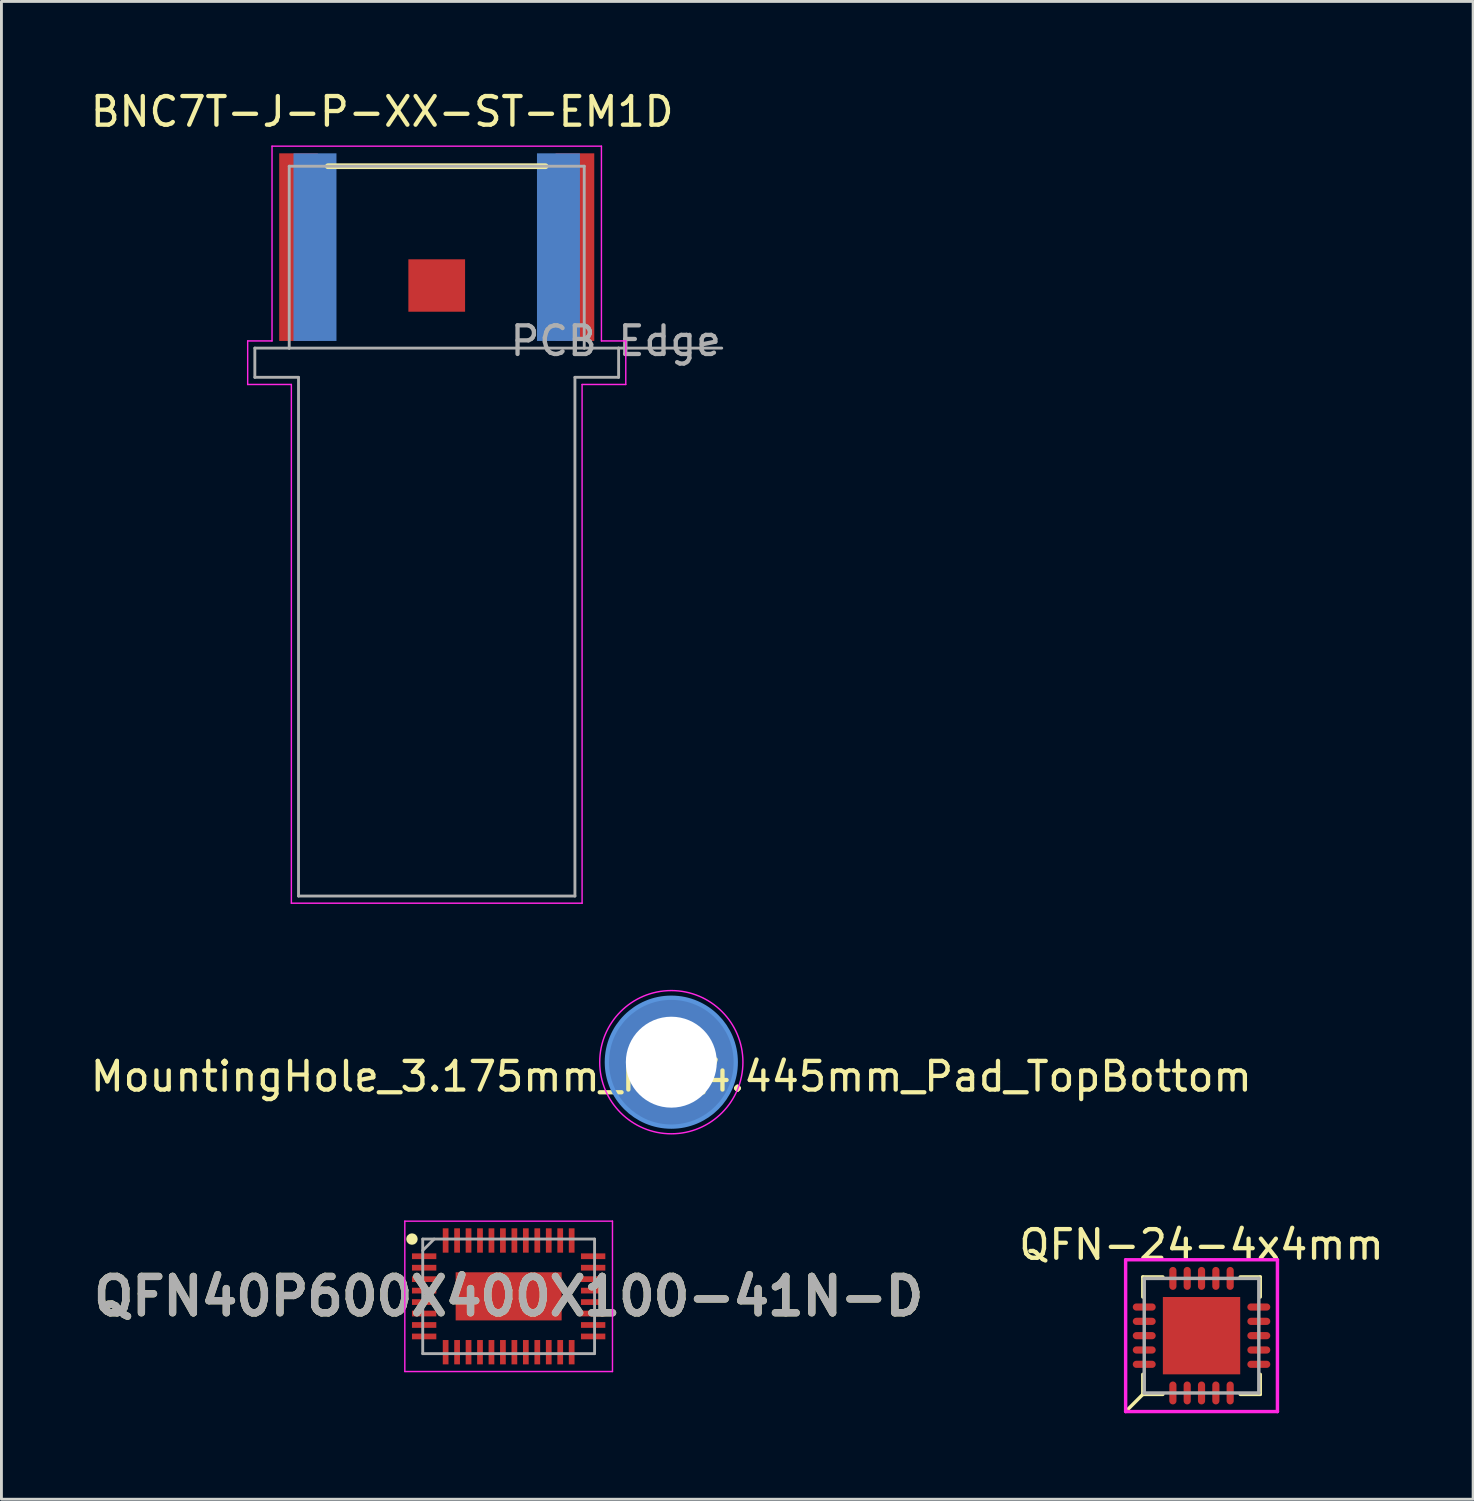
<source format=kicad_pcb>
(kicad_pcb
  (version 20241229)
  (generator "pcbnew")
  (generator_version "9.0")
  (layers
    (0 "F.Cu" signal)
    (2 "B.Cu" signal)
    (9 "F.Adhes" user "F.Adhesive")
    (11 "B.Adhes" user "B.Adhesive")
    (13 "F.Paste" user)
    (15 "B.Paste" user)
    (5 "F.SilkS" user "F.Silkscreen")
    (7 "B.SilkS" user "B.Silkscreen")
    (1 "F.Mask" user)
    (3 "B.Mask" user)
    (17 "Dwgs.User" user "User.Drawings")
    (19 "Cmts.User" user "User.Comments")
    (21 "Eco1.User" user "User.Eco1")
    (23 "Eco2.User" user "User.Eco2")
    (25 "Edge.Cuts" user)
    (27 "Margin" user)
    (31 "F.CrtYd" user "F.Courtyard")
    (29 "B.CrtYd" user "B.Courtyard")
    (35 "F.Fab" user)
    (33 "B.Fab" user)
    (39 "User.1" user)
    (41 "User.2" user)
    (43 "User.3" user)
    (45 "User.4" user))
  (footprint "QFN-24-4x4mm"
    (layer "F.Cu")
    (at 38.898 43.581)
    (property "Reference" "QFN-24-4x4mm" (at 0 -3.175 0) (layer "F.SilkS") (effects (font (size 1 1) (thickness 0.15))))
    (attr smd)
    (fp_line (start -2.55 2.55) (end -2.05 2.05) (stroke (width 0.12) (type solid)) (layer "F.SilkS"))
    (fp_line (start -2.05 -2.05) (end -2.05 -1.35) (stroke (width 0.12) (type solid)) (layer "F.SilkS"))
    (fp_line (start -2.05 -2.05) (end -1.35 -2.05) (stroke (width 0.12) (type solid)) (layer "F.SilkS"))
    (fp_line (start -2.05 2.05) (end -2.05 1.35) (stroke (width 0.12) (type solid)) (layer "F.SilkS"))
    (fp_line (start -2.05 2.05) (end -1.35 2.05) (stroke (width 0.12) (type solid)) (layer "F.SilkS"))
    (fp_line (start 2.05 -2.05) (end 1.35 -2.05) (stroke (width 0.12) (type solid)) (layer "F.SilkS"))
    (fp_line (start 2.05 -2.05) (end 2.05 -1.35) (stroke (width 0.12) (type solid)) (layer "F.SilkS"))
    (fp_line (start 2.05 2.05) (end 1.35 2.05) (stroke (width 0.12) (type solid)) (layer "F.SilkS"))
    (fp_line (start 2.05 2.05) (end 2.05 1.35) (stroke (width 0.12) (type solid)) (layer "F.SilkS"))
    (fp_line (start -2.65 -2.65) (end -2.65 2.65) (stroke (width 0.12) (type solid)) (layer "F.CrtYd"))
    (fp_line (start -2.65 2.65) (end 2.65 2.65) (stroke (width 0.12) (type solid)) (layer "F.CrtYd"))
    (fp_line (start 2.65 -2.65) (end -2.65 -2.65) (stroke (width 0.12) (type solid)) (layer "F.CrtYd"))
    (fp_line (start 2.65 2.65) (end 2.65 -2.65) (stroke (width 0.12) (type solid)) (layer "F.CrtYd"))
    (fp_line (start -2 -2) (end -2 2) (stroke (width 0.12) (type solid)) (layer "F.Fab"))
    (fp_line (start -2 2) (end 2 2) (stroke (width 0.12) (type solid)) (layer "F.Fab"))
    (fp_line (start 2 -2) (end -2 -2) (stroke (width 0.12) (type solid)) (layer "F.Fab"))
    (fp_line (start 2 2) (end 2 -2) (stroke (width 0.12) (type solid)) (layer "F.Fab"))
    (pad "1" smd oval (at -1 2 180) (size 0.25 0.8) (layers "F.Cu" "F.Mask" "F.Paste"))
    (pad "2" smd oval (at -0.5 2 180) (size 0.25 0.8) (layers "F.Cu" "F.Mask" "F.Paste"))
    (pad "3" smd oval (at 0 2 180) (size 0.25 0.8) (layers "F.Cu" "F.Mask" "F.Paste"))
    (pad "4" smd oval (at 0.5 2 180) (size 0.25 0.8) (layers "F.Cu" "F.Mask" "F.Paste"))
    (pad "5" smd oval (at 1 2 180) (size 0.25 0.8) (layers "F.Cu" "F.Mask" "F.Paste"))
    (pad "6" smd oval (at 2 1 90) (size 0.25 0.8) (layers "F.Cu" "F.Mask" "F.Paste"))
    (pad "7" smd oval (at 2 0.5 90) (size 0.25 0.8) (layers "F.Cu" "F.Mask" "F.Paste"))
    (pad "8" smd oval (at 2 0 90) (size 0.25 0.8) (layers "F.Cu" "F.Mask" "F.Paste"))
    (pad "9" smd oval (at 2 -0.5 90) (size 0.25 0.8) (layers "F.Cu" "F.Mask" "F.Paste"))
    (pad "10" smd oval (at 2 -1 90) (size 0.25 0.8) (layers "F.Cu" "F.Mask" "F.Paste"))
    (pad "11" smd oval (at 1 -2 180) (size 0.25 0.8) (layers "F.Cu" "F.Mask" "F.Paste"))
    (pad "12" smd oval (at 0.5 -2 180) (size 0.25 0.8) (layers "F.Cu" "F.Mask" "F.Paste"))
    (pad "13" smd oval (at 0 -2 180) (size 0.25 0.8) (layers "F.Cu" "F.Mask" "F.Paste"))
    (pad "14" smd oval (at -0.5 -2 180) (size 0.25 0.8) (layers "F.Cu" "F.Mask" "F.Paste"))
    (pad "15" smd oval (at -1 -2 180) (size 0.25 0.8) (layers "F.Cu" "F.Mask" "F.Paste"))
    (pad "16" smd oval (at -2 -1 90) (size 0.25 0.8) (layers "F.Cu" "F.Mask" "F.Paste"))
    (pad "17" smd oval (at -2 -0.5 90) (size 0.25 0.8) (layers "F.Cu" "F.Mask" "F.Paste"))
    (pad "18" smd oval (at -2 0 90) (size 0.25 0.8) (layers "F.Cu" "F.Mask" "F.Paste"))
    (pad "19" smd oval (at -2 0.5 90) (size 0.25 0.8) (layers "F.Cu" "F.Mask" "F.Paste"))
    (pad "20" smd oval (at -2 1 90) (size 0.25 0.8) (layers "F.Cu" "F.Mask" "F.Paste"))
    (pad "21" smd rect (at 0 0 90) (size 2.7 2.7) (layers "F.Cu" "F.Mask" "F.Paste")))
  (footprint "QFN40P600X400X100-41N-D"
    (layer "F.Cu")
    (at 14.708 42.208)
    (property "Reference" "QFN40P600X400X100-41N-D" (at 0 0 0) (layer "F.SilkS") (effects (font (size 1.27 1.27) (thickness 0.254))))
    (attr smd)
    (fp_circle (center -3.375 -2) (end -3.375 -1.9) (stroke (width 0.2) (type solid)) (fill no) (layer "F.SilkS"))
    (fp_line (start -3.625 -2.625) (end 3.625 -2.625) (stroke (width 0.05) (type solid)) (layer "F.CrtYd"))
    (fp_line (start -3.625 2.625) (end -3.625 -2.625) (stroke (width 0.05) (type solid)) (layer "F.CrtYd"))
    (fp_line (start 3.625 -2.625) (end 3.625 2.625) (stroke (width 0.05) (type solid)) (layer "F.CrtYd"))
    (fp_line (start 3.625 2.625) (end -3.625 2.625) (stroke (width 0.05) (type solid)) (layer "F.CrtYd"))
    (fp_line (start -3 -2) (end 3 -2) (stroke (width 0.1) (type solid)) (layer "F.Fab"))
    (fp_line (start -3 -1.6) (end -2.6 -2) (stroke (width 0.1) (type solid)) (layer "F.Fab"))
    (fp_line (start -3 2) (end -3 -2) (stroke (width 0.1) (type solid)) (layer "F.Fab"))
    (fp_line (start 3 -2) (end 3 2) (stroke (width 0.1) (type solid)) (layer "F.Fab"))
    (fp_line (start 3 2) (end -3 2) (stroke (width 0.1) (type solid)) (layer "F.Fab"))
    (fp_text user "${REFERENCE}" (at 0 0 0) (layer "F.Fab") (effects (font (size 1.27 1.27) (thickness 0.254))))
    (pad "1" smd rect (at -2.95 -1.4 90) (size 0.2 0.85) (layers "F.Cu" "F.Mask" "F.Paste"))
    (pad "2" smd rect (at -2.95 -1 90) (size 0.2 0.85) (layers "F.Cu" "F.Mask" "F.Paste"))
    (pad "3" smd rect (at -2.95 -0.6 90) (size 0.2 0.85) (layers "F.Cu" "F.Mask" "F.Paste"))
    (pad "4" smd rect (at -2.95 -0.2 90) (size 0.2 0.85) (layers "F.Cu" "F.Mask" "F.Paste"))
    (pad "5" smd rect (at -2.95 0.2 90) (size 0.2 0.85) (layers "F.Cu" "F.Mask" "F.Paste"))
    (pad "6" smd rect (at -2.95 0.6 90) (size 0.2 0.85) (layers "F.Cu" "F.Mask" "F.Paste"))
    (pad "7" smd rect (at -2.95 1 90) (size 0.2 0.85) (layers "F.Cu" "F.Mask" "F.Paste"))
    (pad "8" smd rect (at -2.95 1.4 90) (size 0.2 0.85) (layers "F.Cu" "F.Mask" "F.Paste"))
    (pad "9" smd rect (at -2.2 1.95) (size 0.2 0.85) (layers "F.Cu" "F.Mask" "F.Paste"))
    (pad "10" smd rect (at -1.8 1.95) (size 0.2 0.85) (layers "F.Cu" "F.Mask" "F.Paste"))
    (pad "11" smd rect (at -1.4 1.95) (size 0.2 0.85) (layers "F.Cu" "F.Mask" "F.Paste"))
    (pad "12" smd rect (at -1 1.95) (size 0.2 0.85) (layers "F.Cu" "F.Mask" "F.Paste"))
    (pad "13" smd rect (at -0.6 1.95) (size 0.2 0.85) (layers "F.Cu" "F.Mask" "F.Paste"))
    (pad "14" smd rect (at -0.2 1.95) (size 0.2 0.85) (layers "F.Cu" "F.Mask" "F.Paste"))
    (pad "15" smd rect (at 0.2 1.95) (size 0.2 0.85) (layers "F.Cu" "F.Mask" "F.Paste"))
    (pad "16" smd rect (at 0.6 1.95) (size 0.2 0.85) (layers "F.Cu" "F.Mask" "F.Paste"))
    (pad "17" smd rect (at 1 1.95) (size 0.2 0.85) (layers "F.Cu" "F.Mask" "F.Paste"))
    (pad "18" smd rect (at 1.4 1.95) (size 0.2 0.85) (layers "F.Cu" "F.Mask" "F.Paste"))
    (pad "19" smd rect (at 1.8 1.95) (size 0.2 0.85) (layers "F.Cu" "F.Mask" "F.Paste"))
    (pad "20" smd rect (at 2.2 1.95) (size 0.2 0.85) (layers "F.Cu" "F.Mask" "F.Paste"))
    (pad "21" smd rect (at 2.95 1.4 90) (size 0.2 0.85) (layers "F.Cu" "F.Mask" "F.Paste"))
    (pad "22" smd rect (at 2.95 1 90) (size 0.2 0.85) (layers "F.Cu" "F.Mask" "F.Paste"))
    (pad "23" smd rect (at 2.95 0.6 90) (size 0.2 0.85) (layers "F.Cu" "F.Mask" "F.Paste"))
    (pad "24" smd rect (at 2.95 0.2 90) (size 0.2 0.85) (layers "F.Cu" "F.Mask" "F.Paste"))
    (pad "25" smd rect (at 2.95 -0.2 90) (size 0.2 0.85) (layers "F.Cu" "F.Mask" "F.Paste"))
    (pad "26" smd rect (at 2.95 -0.6 90) (size 0.2 0.85) (layers "F.Cu" "F.Mask" "F.Paste"))
    (pad "27" smd rect (at 2.95 -1 90) (size 0.2 0.85) (layers "F.Cu" "F.Mask" "F.Paste"))
    (pad "28" smd rect (at 2.95 -1.4 90) (size 0.2 0.85) (layers "F.Cu" "F.Mask" "F.Paste"))
    (pad "29" smd rect (at 2.2 -1.95) (size 0.2 0.85) (layers "F.Cu" "F.Mask" "F.Paste"))
    (pad "30" smd rect (at 1.8 -1.95) (size 0.2 0.85) (layers "F.Cu" "F.Mask" "F.Paste"))
    (pad "31" smd rect (at 1.4 -1.95) (size 0.2 0.85) (layers "F.Cu" "F.Mask" "F.Paste"))
    (pad "32" smd rect (at 1 -1.95) (size 0.2 0.85) (layers "F.Cu" "F.Mask" "F.Paste"))
    (pad "33" smd rect (at 0.6 -1.95) (size 0.2 0.85) (layers "F.Cu" "F.Mask" "F.Paste"))
    (pad "34" smd rect (at 0.2 -1.95) (size 0.2 0.85) (layers "F.Cu" "F.Mask" "F.Paste"))
    (pad "35" smd rect (at -0.2 -1.95) (size 0.2 0.85) (layers "F.Cu" "F.Mask" "F.Paste"))
    (pad "36" smd rect (at -0.6 -1.95) (size 0.2 0.85) (layers "F.Cu" "F.Mask" "F.Paste"))
    (pad "37" smd rect (at -1 -1.95) (size 0.2 0.85) (layers "F.Cu" "F.Mask" "F.Paste"))
    (pad "38" smd rect (at -1.4 -1.95) (size 0.2 0.85) (layers "F.Cu" "F.Mask" "F.Paste"))
    (pad "39" smd rect (at -1.8 -1.95) (size 0.2 0.85) (layers "F.Cu" "F.Mask" "F.Paste"))
    (pad "40" smd rect (at -2.2 -1.95) (size 0.2 0.85) (layers "F.Cu" "F.Mask" "F.Paste"))
    (pad "41" smd rect (at 0 0 90) (size 1.68 3.7) (layers "F.Cu" "F.Mask" "F.Paste")))
  (footprint "BNC7T-J-P-XX-ST-EM1D"
    (layer "F.Cu")
    (at 12.197 9.103)
    (property "Reference" "BNC7T-J-P-XX-ST-EM1D" (at -1.905 -8.255 0) (layer "F.SilkS") (effects (font (size 1 1) (thickness 0.15))))
    (attr smd)
    (fp_line (start -3.8 -6.35) (end 3.8 -6.35) (stroke (width 0.2) (type solid)) (layer "F.SilkS"))
    (fp_line (start -6.6 -0.25) (end -5.75 -0.25) (stroke (width 0.05) (type solid)) (layer "F.CrtYd"))
    (fp_line (start -6.6 1.27) (end -6.6 -0.25) (stroke (width 0.05) (type solid)) (layer "F.CrtYd"))
    (fp_line (start -5.75 -7.05) (end 5.75 -7.05) (stroke (width 0.05) (type solid)) (layer "F.CrtYd"))
    (fp_line (start -5.75 -0.25) (end -5.75 -7.05) (stroke (width 0.05) (type solid)) (layer "F.CrtYd"))
    (fp_line (start -5.075 1.27) (end -6.6 1.27) (stroke (width 0.05) (type solid)) (layer "F.CrtYd"))
    (fp_line (start -5.075 19.38) (end -5.075 1.27) (stroke (width 0.05) (type solid)) (layer "F.CrtYd"))
    (fp_line (start 5.075 1.27) (end 5.075 19.38) (stroke (width 0.05) (type solid)) (layer "F.CrtYd"))
    (fp_line (start 5.075 19.38) (end -5.075 19.38) (stroke (width 0.05) (type solid)) (layer "F.CrtYd"))
    (fp_line (start 5.75 -7.05) (end 5.75 -0.25) (stroke (width 0.05) (type solid)) (layer "F.CrtYd"))
    (fp_line (start 5.75 -0.25) (end 6.6 -0.25) (stroke (width 0.05) (type solid)) (layer "F.CrtYd"))
    (fp_line (start 6.6 -0.25) (end 6.6 1.27) (stroke (width 0.05) (type solid)) (layer "F.CrtYd"))
    (fp_line (start 6.6 1.27) (end 5.075 1.27) (stroke (width 0.05) (type solid)) (layer "F.CrtYd"))
    (fp_line (start -6.35 0) (end -6.35 1.02) (stroke (width 0.1) (type solid)) (layer "F.Fab"))
    (fp_line (start -6.35 1.02) (end -4.825 1.02) (stroke (width 0.1) (type solid)) (layer "F.Fab"))
    (fp_line (start -5.15 -6.35) (end -5.15 0) (stroke (width 0.1) (type solid)) (layer "F.Fab"))
    (fp_line (start -5.15 0) (end -6.35 0) (stroke (width 0.1) (type solid)) (layer "F.Fab"))
    (fp_line (start -4.825 1.02) (end -4.825 19.13) (stroke (width 0.1) (type solid)) (layer "F.Fab"))
    (fp_line (start -4.825 19.13) (end 4.825 19.13) (stroke (width 0.1) (type solid)) (layer "F.Fab"))
    (fp_line (start 4.825 1.02) (end 4.825 19.13) (stroke (width 0.1) (type solid)) (layer "F.Fab"))
    (fp_line (start 5.15 -6.35) (end -5.15 -6.35) (stroke (width 0.1) (type solid)) (layer "F.Fab"))
    (fp_line (start 5.15 -6.35) (end 5.15 0) (stroke (width 0.1) (type solid)) (layer "F.Fab"))
    (fp_line (start 5.15 0) (end -5.15 0) (stroke (width 0.1) (type solid)) (layer "F.Fab"))
    (fp_line (start 6.35 0) (end 5.15 0) (stroke (width 0.1) (type solid)) (layer "F.Fab"))
    (fp_line (start 6.35 0) (end 9.95 0) (stroke (width 0.1) (type solid)) (layer "F.Fab"))
    (fp_line (start 6.35 1.02) (end 4.825 1.02) (stroke (width 0.1) (type solid)) (layer "F.Fab"))
    (fp_line (start 6.35 1.02) (end 6.35 0) (stroke (width 0.1) (type solid)) (layer "F.Fab"))
    (fp_text user "PCB Edge" (at 6.25 -0.25 0) (layer "F.Fab") (effects (font (size 1 1) (thickness 0.15))))
    (pad "1" smd rect (at 0 -2.185) (size 1.98 1.83) (layers "F.Cu" "F.Mask" "F.Paste"))
    (pad "2" smd rect (at -4.825 -3.525) (size 1.35 6.55) (layers "F.Cu" "F.Mask" "F.Paste"))
    (pad "2" smd rect (at -4.25 -3.525) (size 1.5 6.55) (layers "B.Cu" "B.Mask" "B.Paste"))
    (pad "2" smd rect (at 4.25 -3.525) (size 1.5 6.55) (layers "B.Cu" "B.Mask" "B.Paste"))
    (pad "2" smd rect (at 4.825 -3.525) (size 1.35 6.55) (layers "F.Cu" "F.Mask" "F.Paste")))
  (footprint "MountingHole_3.175mm_M3_4.445mm_Pad_TopBottom"
    (layer "F.Cu")
    (at 20.387 34.033)
    (property "Reference" "MountingHole_3.175mm_M3_4.445mm_Pad_TopBottom" (at 0 0.5 0) (layer "F.SilkS") (effects (font (size 1 1) (thickness 0.15))))
    (attr through_hole)
    (fp_circle (center 0 0) (end 2.25 0) (stroke (width 0.15) (type solid)) (fill no) (layer "Cmts.User"))
    (fp_circle (center 0 0) (end 2.5 0) (stroke (width 0.05) (type solid)) (fill no) (layer "F.CrtYd"))
    (pad "1" thru_hole circle (at 0 0) (size 3.6 3.6) (drill 3.175) (layers "*.Cu" "*.Mask"))
    (pad "1" connect circle (at 0 0) (size 4.445 4.445) (layers "F.Cu" "F.Mask"))
    (pad "1" connect circle (at 0 0) (size 4.445 4.445) (layers "B.Cu" "B.Mask")))
  (gr_rect
    (start -3 -3)
    (end 48.38 49.291)
    (stroke (width 0.1) (type default))
    (fill no)
    (layer "Edge.Cuts")))
</source>
